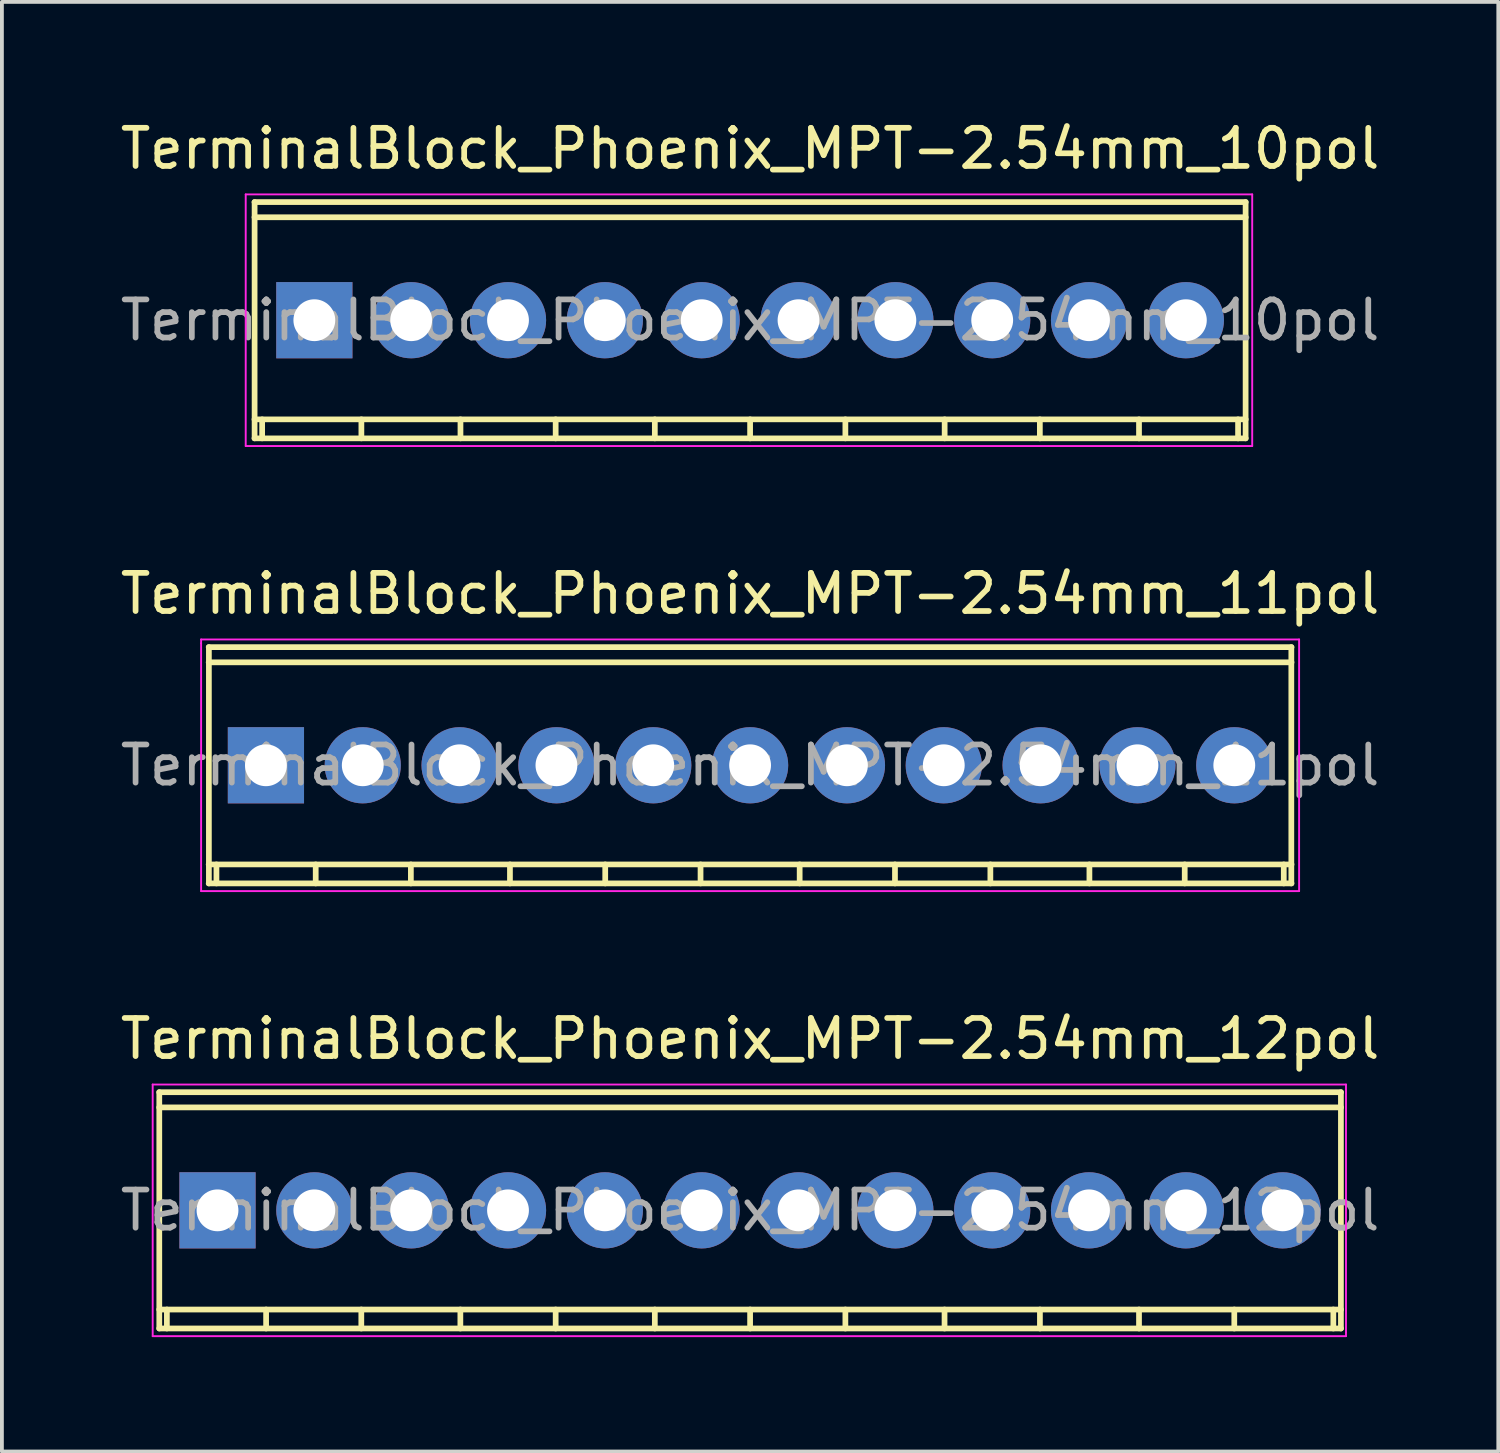
<source format=kicad_pcb>
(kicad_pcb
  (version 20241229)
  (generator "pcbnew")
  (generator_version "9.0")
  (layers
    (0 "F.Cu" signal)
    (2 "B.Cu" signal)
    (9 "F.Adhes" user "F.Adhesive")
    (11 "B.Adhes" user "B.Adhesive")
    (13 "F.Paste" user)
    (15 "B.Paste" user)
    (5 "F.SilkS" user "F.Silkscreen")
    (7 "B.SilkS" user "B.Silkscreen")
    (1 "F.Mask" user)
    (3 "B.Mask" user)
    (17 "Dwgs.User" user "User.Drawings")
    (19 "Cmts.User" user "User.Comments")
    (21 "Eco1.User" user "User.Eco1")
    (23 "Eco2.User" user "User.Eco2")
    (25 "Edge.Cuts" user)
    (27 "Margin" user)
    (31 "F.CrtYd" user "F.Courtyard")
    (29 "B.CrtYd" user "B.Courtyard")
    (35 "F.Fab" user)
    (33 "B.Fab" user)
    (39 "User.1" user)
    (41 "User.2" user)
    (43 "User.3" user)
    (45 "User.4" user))
  (footprint "TerminalBlock_Phoenix_MPT-2.54mm_12pol"
    (layer "F.Cu")
    (at 2.655 28.697)
    (property "Reference" "TerminalBlock_Phoenix_MPT-2.54mm_12pol" (at 13.97 -4.501 0) (layer "F.SilkS") (effects (font (size 1 1) (thickness 0.15))))
    (attr through_hole)
    (fp_line (start -1.529 -3.099) (end 29.469 -3.099) (stroke (width 0.15) (type solid)) (layer "F.SilkS"))
    (fp_line (start -1.529 2.601) (end 29.469 2.601) (stroke (width 0.15) (type solid)) (layer "F.SilkS"))
    (fp_line (start -1.527 -3.099) (end -1.527 3.099) (stroke (width 0.15) (type solid)) (layer "F.SilkS"))
    (fp_line (start -1.328 3.099) (end -1.328 2.601) (stroke (width 0.15) (type solid)) (layer "F.SilkS"))
    (fp_line (start 1.275 3.099) (end 1.275 2.601) (stroke (width 0.15) (type solid)) (layer "F.SilkS"))
    (fp_line (start 3.772 2.601) (end 3.772 3.099) (stroke (width 0.15) (type solid)) (layer "F.SilkS"))
    (fp_line (start 6.37 2.601) (end 6.37 3.099) (stroke (width 0.15) (type solid)) (layer "F.SilkS"))
    (fp_line (start 8.87 2.601) (end 8.87 3.099) (stroke (width 0.15) (type solid)) (layer "F.SilkS"))
    (fp_line (start 11.471 2.601) (end 11.471 3.099) (stroke (width 0.15) (type solid)) (layer "F.SilkS"))
    (fp_line (start 13.97 2.601) (end 13.97 3.099) (stroke (width 0.15) (type solid)) (layer "F.SilkS"))
    (fp_line (start 16.469 2.601) (end 16.469 3.099) (stroke (width 0.15) (type solid)) (layer "F.SilkS"))
    (fp_line (start 19.07 2.601) (end 19.07 3.099) (stroke (width 0.15) (type solid)) (layer "F.SilkS"))
    (fp_line (start 21.572 2.601) (end 21.572 3.099) (stroke (width 0.15) (type solid)) (layer "F.SilkS"))
    (fp_line (start 24.171 2.601) (end 24.171 3.099) (stroke (width 0.15) (type solid)) (layer "F.SilkS"))
    (fp_line (start 26.67 2.601) (end 26.67 3.099) (stroke (width 0.15) (type solid)) (layer "F.SilkS"))
    (fp_line (start 29.268 2.601) (end 29.268 3.099) (stroke (width 0.15) (type solid)) (layer "F.SilkS"))
    (fp_line (start 29.467 3.099) (end 29.467 -3.099) (stroke (width 0.15) (type solid)) (layer "F.SilkS"))
    (fp_line (start 29.469 -2.7) (end -1.529 -2.7) (stroke (width 0.15) (type solid)) (layer "F.SilkS"))
    (fp_line (start 29.469 3.099) (end -1.529 3.099) (stroke (width 0.15) (type solid)) (layer "F.SilkS"))
    (fp_line (start -1.7 -3.3) (end 29.6 -3.3) (stroke (width 0.05) (type solid)) (layer "F.CrtYd"))
    (fp_line (start -1.7 3.3) (end -1.7 -3.3) (stroke (width 0.05) (type solid)) (layer "F.CrtYd"))
    (fp_line (start 29.6 -3.3) (end 29.6 3.2) (stroke (width 0.05) (type solid)) (layer "F.CrtYd"))
    (fp_line (start 29.6 3.2) (end 29.6 3.3) (stroke (width 0.05) (type solid)) (layer "F.CrtYd"))
    (fp_line (start 29.6 3.3) (end -1.7 3.3) (stroke (width 0.05) (type solid)) (layer "F.CrtYd"))
    (fp_text user "${REFERENCE}" (at 13.97 0 0) (layer "F.Fab") (effects (font (size 1 1) (thickness 0.15))))
    (pad "1" thru_hole rect (at 0 0 180) (size 1.999 1.999) (drill 1.097) (layers "*.Cu" "*.Mask"))
    (pad "2" thru_hole oval (at 2.54 0 180) (size 1.999 1.999) (drill 1.097) (layers "*.Cu" "*.Mask"))
    (pad "3" thru_hole oval (at 5.08 0 180) (size 1.999 1.999) (drill 1.097) (layers "*.Cu" "*.Mask"))
    (pad "4" thru_hole oval (at 7.62 0 180) (size 1.999 1.999) (drill 1.097) (layers "*.Cu" "*.Mask"))
    (pad "5" thru_hole oval (at 10.16 0 180) (size 1.999 1.999) (drill 1.097) (layers "*.Cu" "*.Mask"))
    (pad "6" thru_hole oval (at 12.7 0 180) (size 1.999 1.999) (drill 1.097) (layers "*.Cu" "*.Mask"))
    (pad "7" thru_hole oval (at 15.24 0 180) (size 1.999 1.999) (drill 1.097) (layers "*.Cu" "*.Mask"))
    (pad "8" thru_hole oval (at 17.78 0 180) (size 1.999 1.999) (drill 1.097) (layers "*.Cu" "*.Mask"))
    (pad "9" thru_hole oval (at 20.32 0 180) (size 1.999 1.999) (drill 1.097) (layers "*.Cu" "*.Mask"))
    (pad "10" thru_hole oval (at 22.86 0 180) (size 1.999 1.999) (drill 1.097) (layers "*.Cu" "*.Mask"))
    (pad "11" thru_hole oval (at 25.4 0 180) (size 1.999 1.999) (drill 1.097) (layers "*.Cu" "*.Mask"))
    (pad "12" thru_hole oval (at 27.94 0 180) (size 1.999 1.999) (drill 1.097) (layers "*.Cu" "*.Mask")))
  (footprint "TerminalBlock_Phoenix_MPT-2.54mm_10pol"
    (layer "F.Cu")
    (at 5.195 5.349)
    (property "Reference" "TerminalBlock_Phoenix_MPT-2.54mm_10pol" (at 11.43 -4.501 0) (layer "F.SilkS") (effects (font (size 1 1) (thickness 0.15))))
    (attr through_hole)
    (fp_line (start -1.57 -3.099) (end 24.43 -3.099) (stroke (width 0.15) (type solid)) (layer "F.SilkS"))
    (fp_line (start -1.57 3.099) (end 24.43 3.099) (stroke (width 0.15) (type solid)) (layer "F.SilkS"))
    (fp_line (start -1.567 -3.099) (end -1.567 3.099) (stroke (width 0.15) (type solid)) (layer "F.SilkS"))
    (fp_line (start -1.369 3.099) (end -1.369 2.601) (stroke (width 0.15) (type solid)) (layer "F.SilkS"))
    (fp_line (start 1.234 3.099) (end 1.234 2.601) (stroke (width 0.15) (type solid)) (layer "F.SilkS"))
    (fp_line (start 3.833 2.601) (end 3.833 3.099) (stroke (width 0.15) (type solid)) (layer "F.SilkS"))
    (fp_line (start 6.33 2.601) (end 6.33 3.099) (stroke (width 0.15) (type solid)) (layer "F.SilkS"))
    (fp_line (start 8.931 2.601) (end 8.931 3.099) (stroke (width 0.15) (type solid)) (layer "F.SilkS"))
    (fp_line (start 11.43 2.601) (end 11.43 3.099) (stroke (width 0.15) (type solid)) (layer "F.SilkS"))
    (fp_line (start 13.929 2.601) (end 13.929 3.099) (stroke (width 0.15) (type solid)) (layer "F.SilkS"))
    (fp_line (start 16.533 2.601) (end 16.533 3.099) (stroke (width 0.15) (type solid)) (layer "F.SilkS"))
    (fp_line (start 19.03 2.601) (end 19.03 3.099) (stroke (width 0.15) (type solid)) (layer "F.SilkS"))
    (fp_line (start 21.631 2.601) (end 21.631 3.099) (stroke (width 0.15) (type solid)) (layer "F.SilkS"))
    (fp_line (start 24.229 2.601) (end 24.229 3.099) (stroke (width 0.15) (type solid)) (layer "F.SilkS"))
    (fp_line (start 24.427 3.099) (end 24.427 -3.099) (stroke (width 0.15) (type solid)) (layer "F.SilkS"))
    (fp_line (start 24.43 -2.7) (end -1.57 -2.7) (stroke (width 0.15) (type solid)) (layer "F.SilkS"))
    (fp_line (start 24.43 2.601) (end -1.57 2.601) (stroke (width 0.15) (type solid)) (layer "F.SilkS"))
    (fp_line (start -1.8 -3.3) (end 24.6 -3.3) (stroke (width 0.05) (type solid)) (layer "F.CrtYd"))
    (fp_line (start -1.8 3.3) (end -1.8 -3.3) (stroke (width 0.05) (type solid)) (layer "F.CrtYd"))
    (fp_line (start 24.6 -3.3) (end 24.6 3.3) (stroke (width 0.05) (type solid)) (layer "F.CrtYd"))
    (fp_line (start 24.6 3.3) (end -1.8 3.3) (stroke (width 0.05) (type solid)) (layer "F.CrtYd"))
    (fp_text user "${REFERENCE}" (at 11.43 0 0) (layer "F.Fab") (effects (font (size 1 1) (thickness 0.15))))
    (pad "1" thru_hole rect (at 0 0 180) (size 1.999 1.999) (drill 1.097) (layers "*.Cu" "*.Mask"))
    (pad "2" thru_hole oval (at 2.54 0 180) (size 1.999 1.999) (drill 1.097) (layers "*.Cu" "*.Mask"))
    (pad "3" thru_hole oval (at 5.08 0 180) (size 1.999 1.999) (drill 1.097) (layers "*.Cu" "*.Mask"))
    (pad "4" thru_hole oval (at 7.62 0 180) (size 1.999 1.999) (drill 1.097) (layers "*.Cu" "*.Mask"))
    (pad "5" thru_hole oval (at 10.16 0 180) (size 1.999 1.999) (drill 1.097) (layers "*.Cu" "*.Mask"))
    (pad "6" thru_hole oval (at 12.7 0 180) (size 1.999 1.999) (drill 1.097) (layers "*.Cu" "*.Mask"))
    (pad "7" thru_hole oval (at 15.24 0 180) (size 1.999 1.999) (drill 1.097) (layers "*.Cu" "*.Mask"))
    (pad "8" thru_hole oval (at 17.78 0 180) (size 1.999 1.999) (drill 1.097) (layers "*.Cu" "*.Mask"))
    (pad "9" thru_hole oval (at 20.32 0 180) (size 1.999 1.999) (drill 1.097) (layers "*.Cu" "*.Mask"))
    (pad "10" thru_hole oval (at 22.86 0 180) (size 1.999 1.999) (drill 1.097) (layers "*.Cu" "*.Mask")))
  (footprint "TerminalBlock_Phoenix_MPT-2.54mm_11pol"
    (layer "F.Cu")
    (at 3.925 17.023)
    (property "Reference" "TerminalBlock_Phoenix_MPT-2.54mm_11pol" (at 12.7 -4.501 0) (layer "F.SilkS") (effects (font (size 1 1) (thickness 0.15))))
    (attr through_hole)
    (fp_line (start -1.501 -3.099) (end 26.901 -3.099) (stroke (width 0.15) (type solid)) (layer "F.SilkS"))
    (fp_line (start -1.501 3.099) (end 26.901 3.099) (stroke (width 0.15) (type solid)) (layer "F.SilkS"))
    (fp_line (start -1.496 -3.099) (end -1.496 3.099) (stroke (width 0.15) (type solid)) (layer "F.SilkS"))
    (fp_line (start -1.298 3.099) (end -1.298 2.601) (stroke (width 0.15) (type solid)) (layer "F.SilkS"))
    (fp_line (start 1.306 3.099) (end 1.306 2.601) (stroke (width 0.15) (type solid)) (layer "F.SilkS"))
    (fp_line (start 3.802 2.601) (end 3.802 3.099) (stroke (width 0.15) (type solid)) (layer "F.SilkS"))
    (fp_line (start 6.401 2.601) (end 6.401 3.099) (stroke (width 0.15) (type solid)) (layer "F.SilkS"))
    (fp_line (start 8.9 2.601) (end 8.9 3.099) (stroke (width 0.15) (type solid)) (layer "F.SilkS"))
    (fp_line (start 11.4 2.601) (end 11.4 3.099) (stroke (width 0.15) (type solid)) (layer "F.SilkS"))
    (fp_line (start 14 2.601) (end 14 3.099) (stroke (width 0.15) (type solid)) (layer "F.SilkS"))
    (fp_line (start 16.5 2.601) (end 16.5 3.099) (stroke (width 0.15) (type solid)) (layer "F.SilkS"))
    (fp_line (start 19.002 2.601) (end 19.002 3.099) (stroke (width 0.15) (type solid)) (layer "F.SilkS"))
    (fp_line (start 21.6 2.601) (end 21.6 3.099) (stroke (width 0.15) (type solid)) (layer "F.SilkS"))
    (fp_line (start 24.1 2.601) (end 24.1 3.099) (stroke (width 0.15) (type solid)) (layer "F.SilkS"))
    (fp_line (start 26.698 2.601) (end 26.698 3.099) (stroke (width 0.15) (type solid)) (layer "F.SilkS"))
    (fp_line (start 26.896 3.099) (end 26.896 -3.099) (stroke (width 0.15) (type solid)) (layer "F.SilkS"))
    (fp_line (start 26.901 -2.7) (end -1.501 -2.7) (stroke (width 0.15) (type solid)) (layer "F.SilkS"))
    (fp_line (start 26.901 2.601) (end -1.501 2.601) (stroke (width 0.15) (type solid)) (layer "F.SilkS"))
    (fp_line (start -1.7 -3.3) (end 27.1 -3.3) (stroke (width 0.05) (type solid)) (layer "F.CrtYd"))
    (fp_line (start -1.7 -3.2) (end -1.7 -3.3) (stroke (width 0.05) (type solid)) (layer "F.CrtYd"))
    (fp_line (start -1.7 3.3) (end -1.7 -3.2) (stroke (width 0.05) (type solid)) (layer "F.CrtYd"))
    (fp_line (start 27.1 -3.3) (end 27.1 3.3) (stroke (width 0.05) (type solid)) (layer "F.CrtYd"))
    (fp_line (start 27.1 3.3) (end -1.7 3.3) (stroke (width 0.05) (type solid)) (layer "F.CrtYd"))
    (fp_text user "${REFERENCE}" (at 12.7 0 0) (layer "F.Fab") (effects (font (size 1 1) (thickness 0.15))))
    (pad "1" thru_hole rect (at 0 0 180) (size 1.999 1.999) (drill 1.097) (layers "*.Cu" "*.Mask"))
    (pad "2" thru_hole oval (at 2.54 0 180) (size 1.999 1.999) (drill 1.097) (layers "*.Cu" "*.Mask"))
    (pad "3" thru_hole oval (at 5.08 0 180) (size 1.999 1.999) (drill 1.097) (layers "*.Cu" "*.Mask"))
    (pad "4" thru_hole oval (at 7.62 0 180) (size 1.999 1.999) (drill 1.097) (layers "*.Cu" "*.Mask"))
    (pad "5" thru_hole oval (at 10.16 0 180) (size 1.999 1.999) (drill 1.097) (layers "*.Cu" "*.Mask"))
    (pad "6" thru_hole oval (at 12.7 0 180) (size 1.999 1.999) (drill 1.097) (layers "*.Cu" "*.Mask"))
    (pad "7" thru_hole oval (at 15.24 0 180) (size 1.999 1.999) (drill 1.097) (layers "*.Cu" "*.Mask"))
    (pad "8" thru_hole oval (at 17.78 0 180) (size 1.999 1.999) (drill 1.097) (layers "*.Cu" "*.Mask"))
    (pad "9" thru_hole oval (at 20.32 0 180) (size 1.999 1.999) (drill 1.097) (layers "*.Cu" "*.Mask"))
    (pad "10" thru_hole oval (at 22.86 0 180) (size 1.999 1.999) (drill 1.097) (layers "*.Cu" "*.Mask"))
    (pad "11" thru_hole oval (at 25.4 0 180) (size 1.999 1.999) (drill 1.097) (layers "*.Cu" "*.Mask")))
  (gr_rect
    (start -3 -3)
    (end 36.25 35.022)
    (stroke (width 0.1) (type default))
    (fill no)
    (layer "Edge.Cuts")))
</source>
